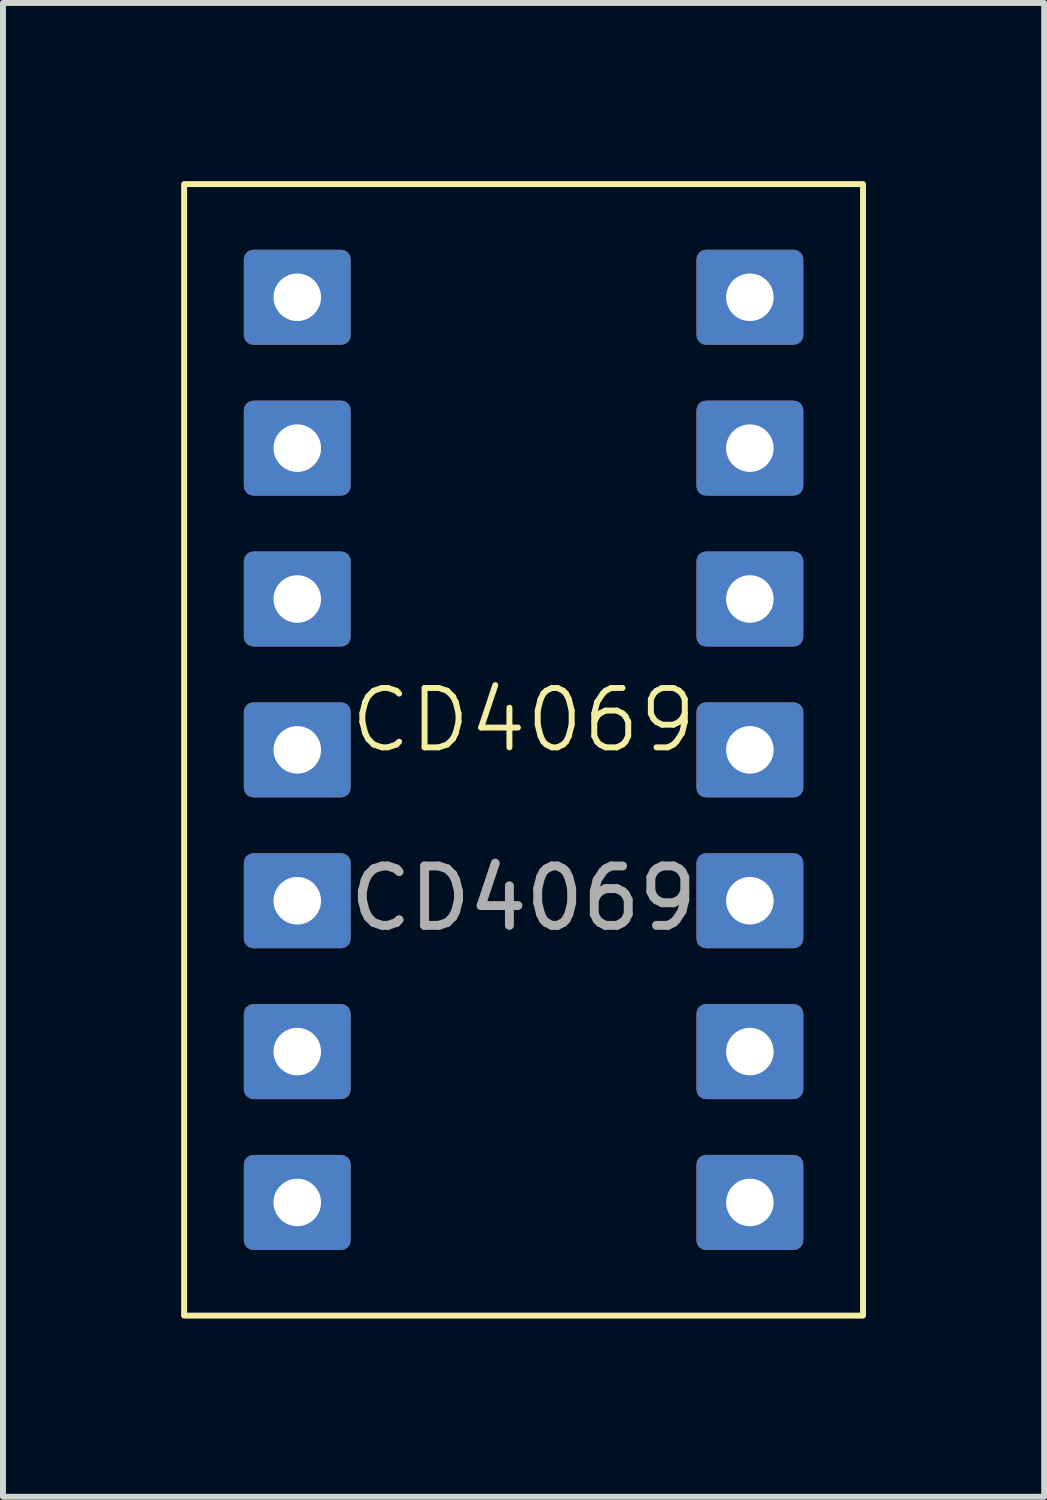
<source format=kicad_pcb>
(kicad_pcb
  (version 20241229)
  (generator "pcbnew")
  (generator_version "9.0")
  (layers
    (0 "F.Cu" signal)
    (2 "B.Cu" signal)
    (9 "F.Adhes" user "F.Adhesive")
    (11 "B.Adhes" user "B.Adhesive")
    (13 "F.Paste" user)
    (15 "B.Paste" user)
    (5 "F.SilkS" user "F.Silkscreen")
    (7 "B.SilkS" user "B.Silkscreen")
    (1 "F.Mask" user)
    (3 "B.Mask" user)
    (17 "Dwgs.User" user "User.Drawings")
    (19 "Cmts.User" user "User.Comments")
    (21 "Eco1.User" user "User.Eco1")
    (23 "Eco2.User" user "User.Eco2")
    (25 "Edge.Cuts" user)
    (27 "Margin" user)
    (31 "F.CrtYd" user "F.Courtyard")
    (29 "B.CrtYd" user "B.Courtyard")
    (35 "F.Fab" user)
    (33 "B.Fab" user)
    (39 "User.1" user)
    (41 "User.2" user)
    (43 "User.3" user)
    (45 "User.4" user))
  (footprint "CD4069"
    (layer "F.Cu")
    (at 5.765 9.575)
    (property "Reference" "CD4069" (at 0 -0.5 0) (unlocked yes) (layer "F.SilkS") (effects (font (size 1 1) (thickness 0.1))))
    (attr through_hole)
    (fp_rect (start -5.715 -9.525) (end 5.715 9.525) (stroke (width 0.1) (type default)) (fill no) (layer "F.SilkS"))
    (fp_text user "${REFERENCE}" (at 0 2.5 0) (unlocked yes) (layer "F.Fab") (effects (font (size 1 1) (thickness 0.15))))
    (pad "1" thru_hole roundrect (at -3.81 -7.62) (size 1.8 1.6) (drill 0.8) (layers "*.Cu" "*.Mask") (roundrect_rratio 0.1))
    (pad "2" thru_hole roundrect (at -3.81 -5.08) (size 1.8 1.6) (drill 0.8) (layers "*.Cu" "*.Mask") (roundrect_rratio 0.1))
    (pad "3" thru_hole roundrect (at -3.81 -2.54) (size 1.8 1.6) (drill 0.8) (layers "*.Cu" "*.Mask") (roundrect_rratio 0.1))
    (pad "4" thru_hole roundrect (at -3.81 0) (size 1.8 1.6) (drill 0.8) (layers "*.Cu" "*.Mask") (roundrect_rratio 0.1))
    (pad "5" thru_hole roundrect (at -3.81 2.54) (size 1.8 1.6) (drill 0.8) (layers "*.Cu" "*.Mask") (roundrect_rratio 0.1))
    (pad "6" thru_hole roundrect (at -3.81 5.08) (size 1.8 1.6) (drill 0.8) (layers "*.Cu" "*.Mask") (roundrect_rratio 0.1))
    (pad "7" thru_hole roundrect (at -3.81 7.62) (size 1.8 1.6) (drill 0.8) (layers "*.Cu" "*.Mask") (roundrect_rratio 0.1))
    (pad "8" thru_hole roundrect (at 3.81 7.62) (size 1.8 1.6) (drill 0.8) (layers "*.Cu" "*.Mask") (roundrect_rratio 0.1))
    (pad "9" thru_hole roundrect (at 3.81 5.08) (size 1.8 1.6) (drill 0.8) (layers "*.Cu" "*.Mask") (roundrect_rratio 0.1))
    (pad "10" thru_hole roundrect (at 3.81 2.54) (size 1.8 1.6) (drill 0.8) (layers "*.Cu" "*.Mask") (roundrect_rratio 0.1))
    (pad "11" thru_hole roundrect (at 3.81 0) (size 1.8 1.6) (drill 0.8) (layers "*.Cu" "*.Mask") (roundrect_rratio 0.1))
    (pad "12" thru_hole roundrect (at 3.81 -2.54) (size 1.8 1.6) (drill 0.8) (layers "*.Cu" "*.Mask") (roundrect_rratio 0.1))
    (pad "13" thru_hole roundrect (at 3.81 -5.08) (size 1.8 1.6) (drill 0.8) (layers "*.Cu" "*.Mask") (roundrect_rratio 0.1))
    (pad "14" thru_hole roundrect (at 3.81 -7.62) (size 1.8 1.6) (drill 0.8) (layers "*.Cu" "*.Mask") (roundrect_rratio 0.1)))
  (gr_rect
    (start -3 -3)
    (end 14.53 22.15)
    (stroke (width 0.1) (type default))
    (fill no)
    (layer "Edge.Cuts")))
</source>
